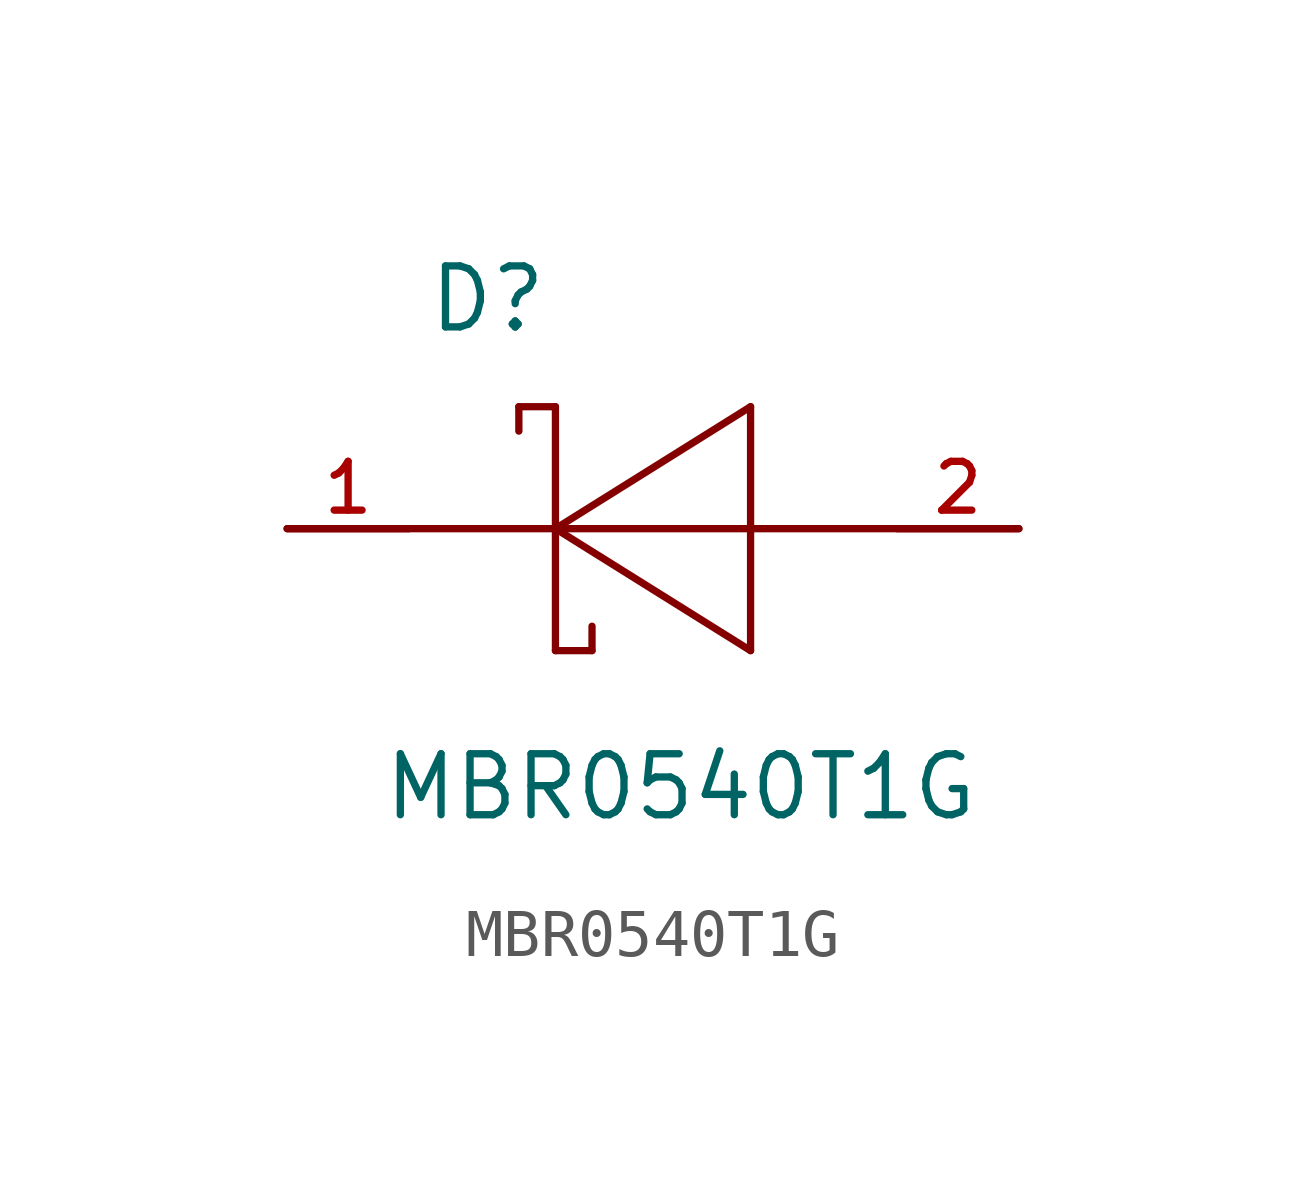
<source format=kicad_sym>
(kicad_symbol_lib
  (version 20211014)
  (generator kicad_symbol_editor)
  (symbol "MBR0540T1G"
    (pin_names
      (offset 1.016))
    (property "Reference" "D"
      (at -4.724 4.039 0.0)
      (effects (font (size 1.27 1.27)) (justify bottom left)))
    (property "Value" "MBR0540T1G"
      (at -5.664 -6.121 0.0)
      (effects (font (size 1.27 1.27)) (justify bottom left)))
    (symbol "MBR0540T1G_0_0"
      (polyline (pts (xy -2.032 0.0) (xy 7.62 0.0)) (stroke (width 0.152)))
      (polyline (pts (xy -2.032 0.0) (xy -2.032 -2.54)) (stroke (width 0.152)))
      (polyline (pts (xy -7.62 0.0) (xy -2.032 0.0)) (stroke (width 0.152)))
      (polyline (pts (xy -2.794 2.032) (xy -2.794 2.54)) (stroke (width 0.152)))
      (polyline (pts (xy -2.794 2.54) (xy -2.032 2.54)) (stroke (width 0.152)))
      (polyline (pts (xy -2.032 2.54) (xy -2.032 0.0)) (stroke (width 0.152)))
      (polyline (pts (xy -2.032 -2.54) (xy -1.27 -2.54)) (stroke (width 0.152)))
      (polyline (pts (xy -1.27 -2.54) (xy -1.27 -2.032)) (stroke (width 0.152)))
      (polyline (pts (xy 2.032 2.54) (xy -2.032 0.0)) (stroke (width 0.152)))
      (polyline (pts (xy -2.032 0.0) (xy 2.032 -2.54)) (stroke (width 0.152)))
      (polyline (pts (xy 2.032 -2.54) (xy 2.032 2.54)) (stroke (width 0.152)))
      (pin passive line (at 7.62 0.0 180.0) (length 2.54) (name "~" (effects (font (size 1.016 1.016)))) (number "2" (effects (font (size 1.016 1.016)))))
      (pin passive line (at -7.62 0.0 0) (length 2.54) (name "~" (effects (font (size 1.016 1.016)))) (number "1" (effects (font (size 1.016 1.016))))))))
</source>
